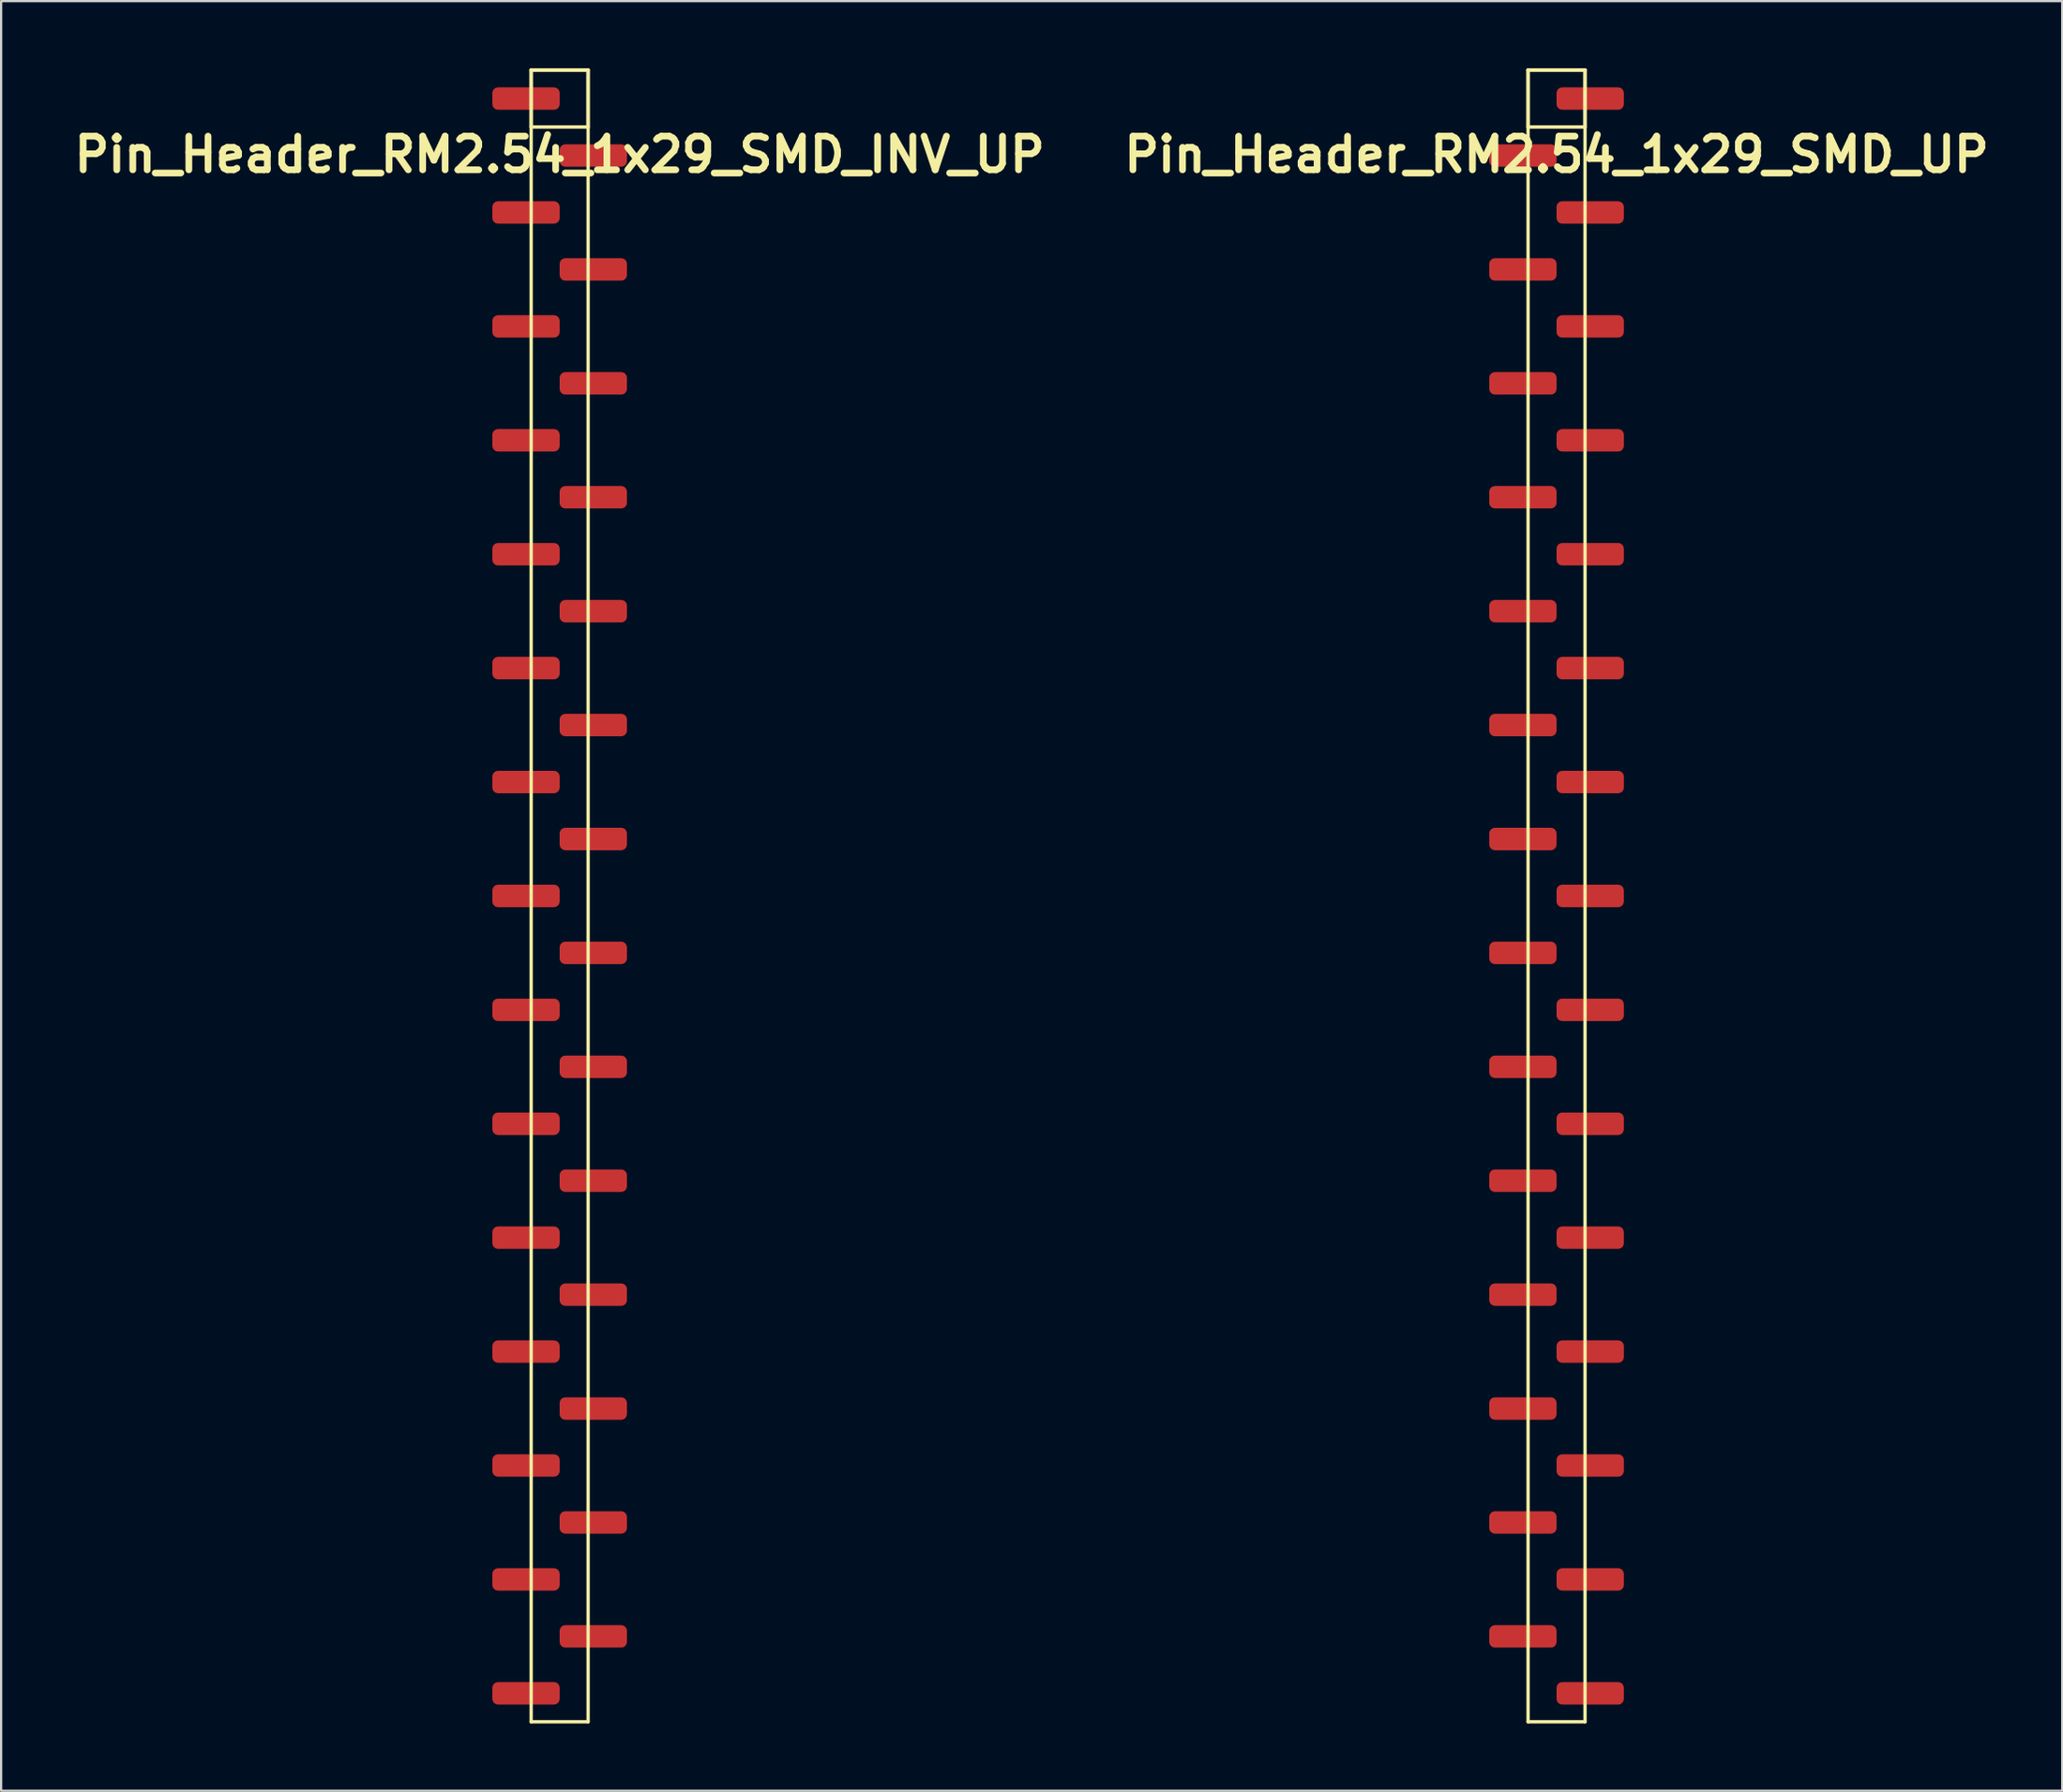
<source format=kicad_pcb>
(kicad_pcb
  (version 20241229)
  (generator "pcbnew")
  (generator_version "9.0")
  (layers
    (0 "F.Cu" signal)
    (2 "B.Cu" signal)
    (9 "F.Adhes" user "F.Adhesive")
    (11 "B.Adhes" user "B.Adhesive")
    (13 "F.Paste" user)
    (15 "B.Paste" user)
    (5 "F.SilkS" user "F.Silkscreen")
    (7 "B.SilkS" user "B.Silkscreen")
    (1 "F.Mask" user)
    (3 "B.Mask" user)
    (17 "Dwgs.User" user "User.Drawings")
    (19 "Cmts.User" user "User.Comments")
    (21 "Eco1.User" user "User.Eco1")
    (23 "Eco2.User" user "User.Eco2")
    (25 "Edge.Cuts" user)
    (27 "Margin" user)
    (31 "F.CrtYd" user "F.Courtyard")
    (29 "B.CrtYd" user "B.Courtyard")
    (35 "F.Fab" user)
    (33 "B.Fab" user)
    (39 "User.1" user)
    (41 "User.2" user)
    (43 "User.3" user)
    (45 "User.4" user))
  (footprint "Pin_Header_RM2.54_1x29_SMD_UP"
    (layer "F.Cu")
    (at 66.364 1.345)
    (property "Reference" "Pin_Header_RM2.54_1x29_SMD_UP" (at 0 2.5 0) (layer "F.SilkS") (effects (font (size 1.5 1.5) (thickness 0.3))))
    (attr through_hole)
    (fp_line (start -1.27 -1.27) (end 1.27 -1.27) (stroke (width 0.15) (type solid)) (layer "F.SilkS"))
    (fp_line (start -1.27 -1.27) (end 1.27 -1.27) (stroke (width 0.15) (type solid)) (layer "F.SilkS"))
    (fp_line (start -1.27 1.27) (end -1.27 -1.27) (stroke (width 0.15) (type solid)) (layer "F.SilkS"))
    (fp_line (start -1.27 72.39) (end -1.27 -1.27) (stroke (width 0.15) (type solid)) (layer "F.SilkS"))
    (fp_line (start 1.27 -1.27) (end 1.27 1.27) (stroke (width 0.15) (type solid)) (layer "F.SilkS"))
    (fp_line (start 1.27 -1.27) (end 1.27 72.39) (stroke (width 0.15) (type solid)) (layer "F.SilkS"))
    (fp_line (start 1.27 1.27) (end -1.27 1.27) (stroke (width 0.15) (type solid)) (layer "F.SilkS"))
    (fp_line (start 1.27 72.39) (end -1.27 72.39) (stroke (width 0.15) (type solid)) (layer "F.SilkS"))
    (pad "1" smd roundrect (at 1.5 0) (size 3 1) (layers "F.Cu" "F.Mask") (roundrect_rratio 0.25))
    (pad "2" smd roundrect (at -1.5 2.54) (size 3 1) (layers "F.Cu" "F.Mask") (roundrect_rratio 0.25))
    (pad "3" smd roundrect (at 1.5 5.08) (size 3 1) (layers "F.Cu" "F.Mask") (roundrect_rratio 0.25))
    (pad "4" smd roundrect (at -1.5 7.62) (size 3 1) (layers "F.Cu" "F.Mask") (roundrect_rratio 0.25))
    (pad "5" smd roundrect (at 1.5 10.16) (size 3 1) (layers "F.Cu" "F.Mask") (roundrect_rratio 0.25))
    (pad "6" smd roundrect (at -1.5 12.7) (size 3 1) (layers "F.Cu" "F.Mask") (roundrect_rratio 0.25))
    (pad "7" smd roundrect (at 1.5 15.24) (size 3 1) (layers "F.Cu" "F.Mask") (roundrect_rratio 0.25))
    (pad "8" smd roundrect (at -1.5 17.78) (size 3 1) (layers "F.Cu" "F.Mask") (roundrect_rratio 0.25))
    (pad "9" smd roundrect (at 1.5 20.32) (size 3 1) (layers "F.Cu" "F.Mask") (roundrect_rratio 0.25))
    (pad "10" smd roundrect (at -1.5 22.86) (size 3 1) (layers "F.Cu" "F.Mask") (roundrect_rratio 0.25))
    (pad "11" smd roundrect (at 1.5 25.4) (size 3 1) (layers "F.Cu" "F.Mask") (roundrect_rratio 0.25))
    (pad "12" smd roundrect (at -1.5 27.94) (size 3 1) (layers "F.Cu" "F.Mask") (roundrect_rratio 0.25))
    (pad "13" smd roundrect (at 1.5 30.48) (size 3 1) (layers "F.Cu" "F.Mask") (roundrect_rratio 0.25))
    (pad "14" smd roundrect (at -1.5 33.02) (size 3 1) (layers "F.Cu" "F.Mask") (roundrect_rratio 0.25))
    (pad "15" smd roundrect (at 1.5 35.56) (size 3 1) (layers "F.Cu" "F.Mask") (roundrect_rratio 0.25))
    (pad "16" smd roundrect (at -1.5 38.1) (size 3 1) (layers "F.Cu" "F.Mask") (roundrect_rratio 0.25))
    (pad "17" smd roundrect (at 1.5 40.64) (size 3 1) (layers "F.Cu" "F.Mask") (roundrect_rratio 0.25))
    (pad "18" smd roundrect (at -1.5 43.18) (size 3 1) (layers "F.Cu" "F.Mask") (roundrect_rratio 0.25))
    (pad "19" smd roundrect (at 1.5 45.72) (size 3 1) (layers "F.Cu" "F.Mask") (roundrect_rratio 0.25))
    (pad "20" smd roundrect (at -1.5 48.26) (size 3 1) (layers "F.Cu" "F.Mask") (roundrect_rratio 0.25))
    (pad "21" smd roundrect (at 1.5 50.8) (size 3 1) (layers "F.Cu" "F.Mask") (roundrect_rratio 0.25))
    (pad "22" smd roundrect (at -1.5 53.34) (size 3 1) (layers "F.Cu" "F.Mask") (roundrect_rratio 0.25))
    (pad "23" smd roundrect (at 1.5 55.88) (size 3 1) (layers "F.Cu" "F.Mask") (roundrect_rratio 0.25))
    (pad "24" smd roundrect (at -1.5 58.42) (size 3 1) (layers "F.Cu" "F.Mask") (roundrect_rratio 0.25))
    (pad "25" smd roundrect (at 1.5 60.96) (size 3 1) (layers "F.Cu" "F.Mask") (roundrect_rratio 0.25))
    (pad "26" smd roundrect (at -1.5 63.5) (size 3 1) (layers "F.Cu" "F.Mask") (roundrect_rratio 0.25))
    (pad "27" smd roundrect (at 1.5 66.04) (size 3 1) (layers "F.Cu" "F.Mask") (roundrect_rratio 0.25))
    (pad "28" smd roundrect (at -1.5 68.58) (size 3 1) (layers "F.Cu" "F.Mask") (roundrect_rratio 0.25))
    (pad "29" smd roundrect (at 1.5 71.12) (size 3 1) (layers "F.Cu" "F.Mask") (roundrect_rratio 0.25)))
  (footprint "Pin_Header_RM2.54_1x29_SMD_INV_UP"
    (layer "F.Cu")
    (at 21.907 1.345)
    (property "Reference" "Pin_Header_RM2.54_1x29_SMD_INV_UP" (at 0 2.5 0) (layer "F.SilkS") (effects (font (size 1.5 1.5) (thickness 0.3))))
    (attr through_hole)
    (fp_line (start -1.27 -1.27) (end 1.27 -1.27) (stroke (width 0.15) (type solid)) (layer "F.SilkS"))
    (fp_line (start -1.27 -1.27) (end 1.27 -1.27) (stroke (width 0.15) (type solid)) (layer "F.SilkS"))
    (fp_line (start -1.27 1.27) (end -1.27 -1.27) (stroke (width 0.15) (type solid)) (layer "F.SilkS"))
    (fp_line (start -1.27 72.39) (end -1.27 -1.27) (stroke (width 0.15) (type solid)) (layer "F.SilkS"))
    (fp_line (start 1.27 -1.27) (end 1.27 1.27) (stroke (width 0.15) (type solid)) (layer "F.SilkS"))
    (fp_line (start 1.27 -1.27) (end 1.27 72.39) (stroke (width 0.15) (type solid)) (layer "F.SilkS"))
    (fp_line (start 1.27 1.27) (end -1.27 1.27) (stroke (width 0.15) (type solid)) (layer "F.SilkS"))
    (fp_line (start 1.27 72.39) (end -1.27 72.39) (stroke (width 0.15) (type solid)) (layer "F.SilkS"))
    (pad "1" smd roundrect (at -1.5 0) (size 3 1) (layers "F.Cu" "F.Mask" "F.Paste") (roundrect_rratio 0.25))
    (pad "2" smd roundrect (at 1.5 2.54) (size 3 1) (layers "F.Cu" "F.Mask" "F.Paste") (roundrect_rratio 0.25))
    (pad "3" smd roundrect (at -1.5 5.08) (size 3 1) (layers "F.Cu" "F.Mask" "F.Paste") (roundrect_rratio 0.25))
    (pad "4" smd roundrect (at 1.5 7.62) (size 3 1) (layers "F.Cu" "F.Mask" "F.Paste") (roundrect_rratio 0.25))
    (pad "5" smd roundrect (at -1.5 10.16) (size 3 1) (layers "F.Cu" "F.Mask" "F.Paste") (roundrect_rratio 0.25))
    (pad "6" smd roundrect (at 1.5 12.7) (size 3 1) (layers "F.Cu" "F.Mask" "F.Paste") (roundrect_rratio 0.25))
    (pad "7" smd roundrect (at -1.5 15.24) (size 3 1) (layers "F.Cu" "F.Mask" "F.Paste") (roundrect_rratio 0.25))
    (pad "8" smd roundrect (at 1.5 17.78) (size 3 1) (layers "F.Cu" "F.Mask" "F.Paste") (roundrect_rratio 0.25))
    (pad "9" smd roundrect (at -1.5 20.32) (size 3 1) (layers "F.Cu" "F.Mask" "F.Paste") (roundrect_rratio 0.25))
    (pad "10" smd roundrect (at 1.5 22.86) (size 3 1) (layers "F.Cu" "F.Mask" "F.Paste") (roundrect_rratio 0.25))
    (pad "11" smd roundrect (at -1.5 25.4) (size 3 1) (layers "F.Cu" "F.Mask" "F.Paste") (roundrect_rratio 0.25))
    (pad "12" smd roundrect (at 1.5 27.94) (size 3 1) (layers "F.Cu" "F.Mask" "F.Paste") (roundrect_rratio 0.25))
    (pad "13" smd roundrect (at -1.5 30.48) (size 3 1) (layers "F.Cu" "F.Mask" "F.Paste") (roundrect_rratio 0.25))
    (pad "14" smd roundrect (at 1.5 33.02) (size 3 1) (layers "F.Cu" "F.Mask" "F.Paste") (roundrect_rratio 0.25))
    (pad "15" smd roundrect (at -1.5 35.56) (size 3 1) (layers "F.Cu" "F.Mask" "F.Paste") (roundrect_rratio 0.25))
    (pad "16" smd roundrect (at 1.5 38.1) (size 3 1) (layers "F.Cu" "F.Mask" "F.Paste") (roundrect_rratio 0.25))
    (pad "17" smd roundrect (at -1.5 40.64) (size 3 1) (layers "F.Cu" "F.Mask" "F.Paste") (roundrect_rratio 0.25))
    (pad "18" smd roundrect (at 1.5 43.18) (size 3 1) (layers "F.Cu" "F.Mask" "F.Paste") (roundrect_rratio 0.25))
    (pad "19" smd roundrect (at -1.5 45.72) (size 3 1) (layers "F.Cu" "F.Mask" "F.Paste") (roundrect_rratio 0.25))
    (pad "20" smd roundrect (at 1.5 48.26) (size 3 1) (layers "F.Cu" "F.Mask" "F.Paste") (roundrect_rratio 0.25))
    (pad "21" smd roundrect (at -1.5 50.8) (size 3 1) (layers "F.Cu" "F.Mask" "F.Paste") (roundrect_rratio 0.25))
    (pad "22" smd roundrect (at 1.5 53.34) (size 3 1) (layers "F.Cu" "F.Mask" "F.Paste") (roundrect_rratio 0.25))
    (pad "23" smd roundrect (at -1.5 55.88) (size 3 1) (layers "F.Cu" "F.Mask" "F.Paste") (roundrect_rratio 0.25))
    (pad "24" smd roundrect (at 1.5 58.42) (size 3 1) (layers "F.Cu" "F.Mask" "F.Paste") (roundrect_rratio 0.25))
    (pad "25" smd roundrect (at -1.5 60.96) (size 3 1) (layers "F.Cu" "F.Mask" "F.Paste") (roundrect_rratio 0.25))
    (pad "26" smd roundrect (at 1.5 63.5) (size 3 1) (layers "F.Cu" "F.Mask" "F.Paste") (roundrect_rratio 0.25))
    (pad "27" smd roundrect (at -1.5 66.04) (size 3 1) (layers "F.Cu" "F.Mask" "F.Paste") (roundrect_rratio 0.25))
    (pad "28" smd roundrect (at 1.5 68.58) (size 3 1) (layers "F.Cu" "F.Mask" "F.Paste") (roundrect_rratio 0.25))
    (pad "29" smd roundrect (at -1.5 71.12) (size 3 1) (layers "F.Cu" "F.Mask" "F.Paste") (roundrect_rratio 0.25)))
  (gr_rect
    (start -3 -3)
    (end 88.914 76.81)
    (stroke (width 0.1) (type default))
    (fill no)
    (layer "Edge.Cuts")))
</source>
